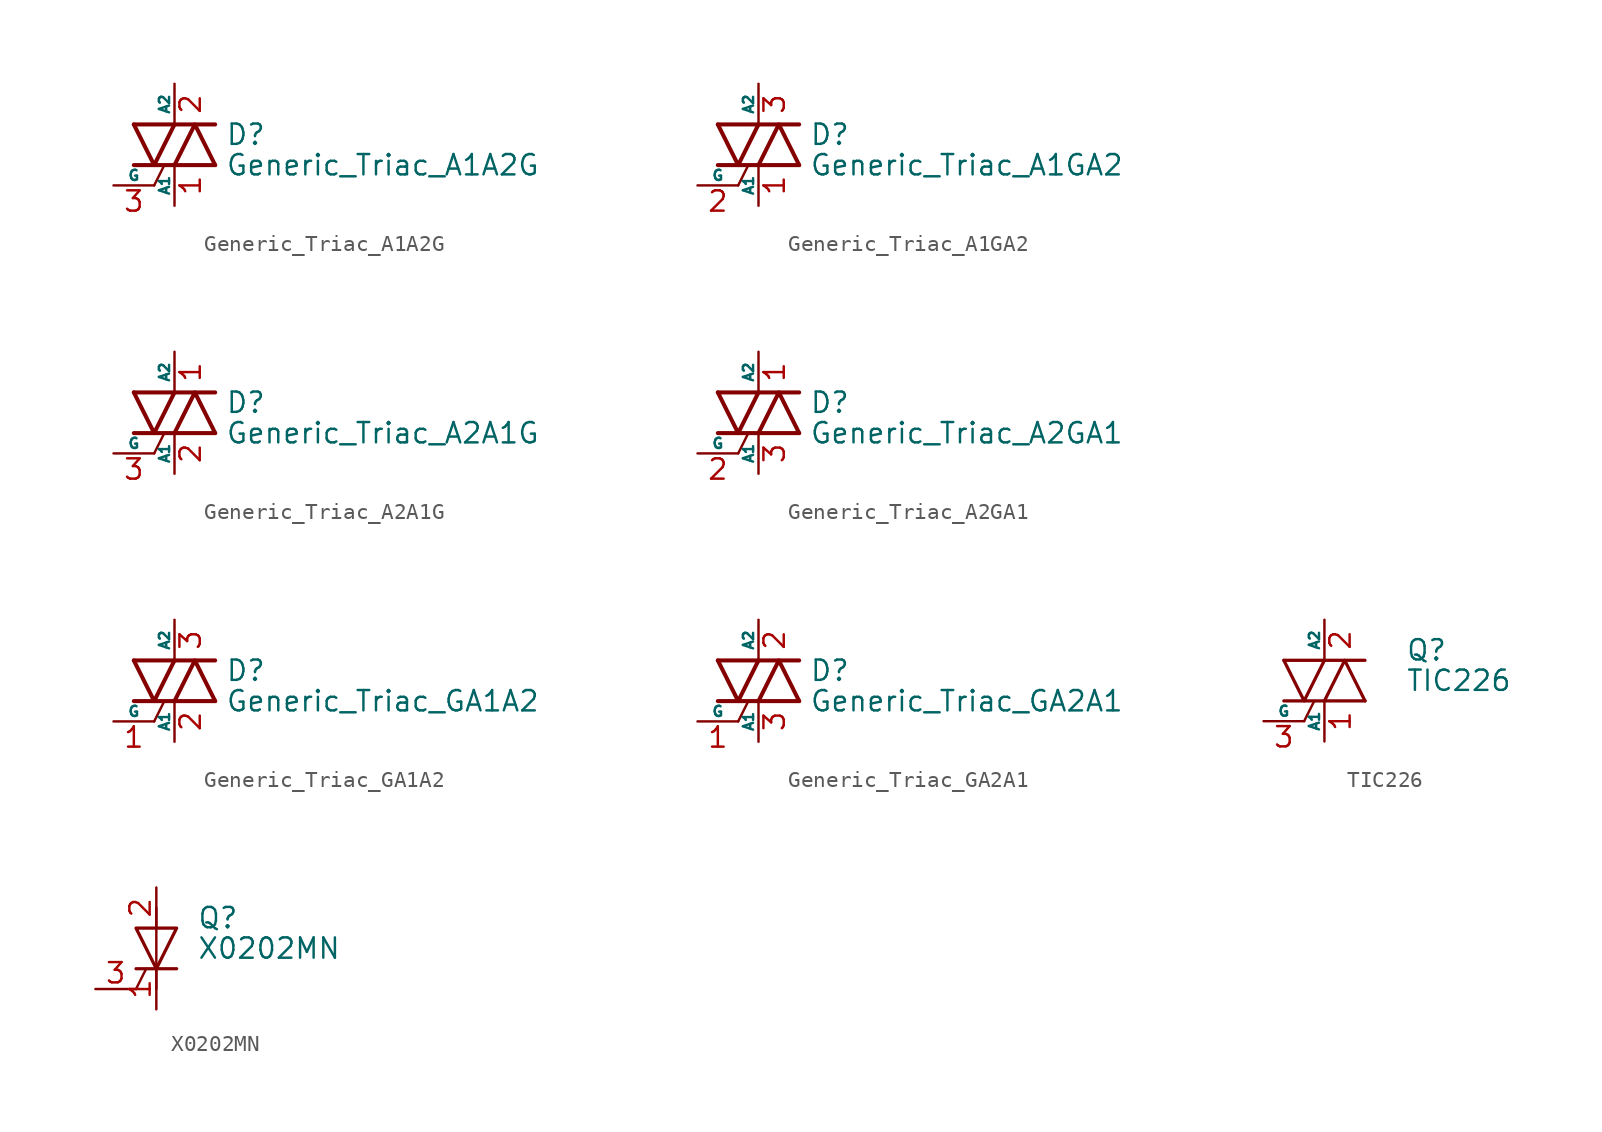
<source format=kicad_sym>
(kicad_symbol_lib
  (version 20241209)
  (generator "kicad_symbol_editor")
  (generator_version "9.0")
  (symbol "Generic_Triac_A1A2G"
    (pin_names
      (offset 0))
    (property "Reference" "D"
      (at 3.175 0.635 0)
      (effects (font (size 1.27 1.27)) (justify left)))
    (property "Value" "Generic_Triac_A1A2G"
      (at 3.175 -1.27 0)
      (effects (font (size 1.27 1.27)) (justify left)))
    (symbol "Generic_Triac_A1A2G_0_1"
      (polyline (pts (xy -2.54 1.27) (xy 2.54 1.27)) (stroke (width 0.254) (type default)) (fill (type none)))
      (polyline (pts (xy -2.54 1.27) (xy -1.27 -1.27) (xy 0 1.27)) (stroke (width 0.254) (type default)) (fill (type none)))
      (polyline (pts (xy -2.54 -1.27) (xy 2.54 -1.27)) (stroke (width 0.254) (type default)) (fill (type none)))
      (polyline (pts (xy -1.27 -2.54) (xy -0.635 -1.27)) (stroke (width 0) (type default)) (fill (type none)))
      (polyline (pts (xy 0 -1.27) (xy 1.27 1.27) (xy 2.54 -1.27)) (stroke (width 0.254) (type default)) (fill (type none))))
    (symbol "Generic_Triac_A1A2G_1_1"
      (pin input line (at -3.81 -2.54 0) (length 2.54) (name "G" (effects (font (size 0.635 0.635)))) (number "3" (effects (font (size 1.27 1.27)))))
      (pin passive line (at 0 3.81 270) (length 2.54) (name "A2" (effects (font (size 0.635 0.635)))) (number "2" (effects (font (size 1.27 1.27)))))
      (pin passive line (at 0 -3.81 90) (length 2.54) (name "A1" (effects (font (size 0.635 0.635)))) (number "1" (effects (font (size 1.27 1.27)))))))
  (symbol "Generic_Triac_A1GA2"
    (pin_names
      (offset 0))
    (property "Reference" "D"
      (at 3.175 0.635 0)
      (effects (font (size 1.27 1.27)) (justify left)))
    (property "Value" "Generic_Triac_A1GA2"
      (at 3.175 -1.27 0)
      (effects (font (size 1.27 1.27)) (justify left)))
    (symbol "Generic_Triac_A1GA2_0_1"
      (polyline (pts (xy -2.54 1.27) (xy 2.54 1.27)) (stroke (width 0.254) (type default)) (fill (type none)))
      (polyline (pts (xy -2.54 1.27) (xy -1.27 -1.27) (xy 0 1.27)) (stroke (width 0.254) (type default)) (fill (type none)))
      (polyline (pts (xy -2.54 -1.27) (xy 2.54 -1.27)) (stroke (width 0.254) (type default)) (fill (type none)))
      (polyline (pts (xy -1.27 -2.54) (xy -0.635 -1.27)) (stroke (width 0) (type default)) (fill (type none)))
      (polyline (pts (xy 0 -1.27) (xy 1.27 1.27) (xy 2.54 -1.27)) (stroke (width 0.254) (type default)) (fill (type none))))
    (symbol "Generic_Triac_A1GA2_1_1"
      (pin input line (at -3.81 -2.54 0) (length 2.54) (name "G" (effects (font (size 0.635 0.635)))) (number "2" (effects (font (size 1.27 1.27)))))
      (pin passive line (at 0 3.81 270) (length 2.54) (name "A2" (effects (font (size 0.635 0.635)))) (number "3" (effects (font (size 1.27 1.27)))))
      (pin passive line (at 0 -3.81 90) (length 2.54) (name "A1" (effects (font (size 0.635 0.635)))) (number "1" (effects (font (size 1.27 1.27)))))))
  (symbol "Generic_Triac_A2A1G"
    (pin_names
      (offset 0))
    (property "Reference" "D"
      (at 3.175 0.635 0)
      (effects (font (size 1.27 1.27)) (justify left)))
    (property "Value" "Generic_Triac_A2A1G"
      (at 3.175 -1.27 0)
      (effects (font (size 1.27 1.27)) (justify left)))
    (symbol "Generic_Triac_A2A1G_0_1"
      (polyline (pts (xy -2.54 1.27) (xy 2.54 1.27)) (stroke (width 0.254) (type default)) (fill (type none)))
      (polyline (pts (xy -2.54 1.27) (xy -1.27 -1.27) (xy 0 1.27)) (stroke (width 0.254) (type default)) (fill (type none)))
      (polyline (pts (xy -2.54 -1.27) (xy 2.54 -1.27)) (stroke (width 0.254) (type default)) (fill (type none)))
      (polyline (pts (xy -1.27 -2.54) (xy -0.635 -1.27)) (stroke (width 0) (type default)) (fill (type none)))
      (polyline (pts (xy 0 -1.27) (xy 1.27 1.27) (xy 2.54 -1.27)) (stroke (width 0.254) (type default)) (fill (type none))))
    (symbol "Generic_Triac_A2A1G_1_1"
      (pin input line (at -3.81 -2.54 0) (length 2.54) (name "G" (effects (font (size 0.635 0.635)))) (number "3" (effects (font (size 1.27 1.27)))))
      (pin passive line (at 0 3.81 270) (length 2.54) (name "A2" (effects (font (size 0.635 0.635)))) (number "1" (effects (font (size 1.27 1.27)))))
      (pin passive line (at 0 -3.81 90) (length 2.54) (name "A1" (effects (font (size 0.635 0.635)))) (number "2" (effects (font (size 1.27 1.27)))))))
  (symbol "Generic_Triac_A2GA1"
    (pin_names
      (offset 0))
    (property "Reference" "D"
      (at 3.175 0.635 0)
      (effects (font (size 1.27 1.27)) (justify left)))
    (property "Value" "Generic_Triac_A2GA1"
      (at 3.175 -1.27 0)
      (effects (font (size 1.27 1.27)) (justify left)))
    (symbol "Generic_Triac_A2GA1_0_1"
      (polyline (pts (xy -2.54 1.27) (xy 2.54 1.27)) (stroke (width 0.254) (type default)) (fill (type none)))
      (polyline (pts (xy -2.54 1.27) (xy -1.27 -1.27) (xy 0 1.27)) (stroke (width 0.254) (type default)) (fill (type none)))
      (polyline (pts (xy -2.54 -1.27) (xy 2.54 -1.27)) (stroke (width 0.254) (type default)) (fill (type none)))
      (polyline (pts (xy -1.27 -2.54) (xy -0.635 -1.27)) (stroke (width 0) (type default)) (fill (type none)))
      (polyline (pts (xy 0 -1.27) (xy 1.27 1.27) (xy 2.54 -1.27)) (stroke (width 0.254) (type default)) (fill (type none))))
    (symbol "Generic_Triac_A2GA1_1_1"
      (pin input line (at -3.81 -2.54 0) (length 2.54) (name "G" (effects (font (size 0.635 0.635)))) (number "2" (effects (font (size 1.27 1.27)))))
      (pin passive line (at 0 3.81 270) (length 2.54) (name "A2" (effects (font (size 0.635 0.635)))) (number "1" (effects (font (size 1.27 1.27)))))
      (pin passive line (at 0 -3.81 90) (length 2.54) (name "A1" (effects (font (size 0.635 0.635)))) (number "3" (effects (font (size 1.27 1.27)))))))
  (symbol "Generic_Triac_GA1A2"
    (pin_names
      (offset 0))
    (property "Reference" "D"
      (at 3.175 0.635 0)
      (effects (font (size 1.27 1.27)) (justify left)))
    (property "Value" "Generic_Triac_GA1A2"
      (at 3.175 -1.27 0)
      (effects (font (size 1.27 1.27)) (justify left)))
    (symbol "Generic_Triac_GA1A2_0_1"
      (polyline (pts (xy -2.54 1.27) (xy 2.54 1.27)) (stroke (width 0.254) (type default)) (fill (type none)))
      (polyline (pts (xy -2.54 1.27) (xy -1.27 -1.27) (xy 0 1.27)) (stroke (width 0.254) (type default)) (fill (type none)))
      (polyline (pts (xy -2.54 -1.27) (xy 2.54 -1.27)) (stroke (width 0.254) (type default)) (fill (type none)))
      (polyline (pts (xy -1.27 -2.54) (xy -0.635 -1.27)) (stroke (width 0) (type default)) (fill (type none)))
      (polyline (pts (xy 0 -1.27) (xy 1.27 1.27) (xy 2.54 -1.27)) (stroke (width 0.254) (type default)) (fill (type none))))
    (symbol "Generic_Triac_GA1A2_1_1"
      (pin input line (at -3.81 -2.54 0) (length 2.54) (name "G" (effects (font (size 0.635 0.635)))) (number "1" (effects (font (size 1.27 1.27)))))
      (pin passive line (at 0 3.81 270) (length 2.54) (name "A2" (effects (font (size 0.635 0.635)))) (number "3" (effects (font (size 1.27 1.27)))))
      (pin passive line (at 0 -3.81 90) (length 2.54) (name "A1" (effects (font (size 0.635 0.635)))) (number "2" (effects (font (size 1.27 1.27)))))))
  (symbol "Generic_Triac_GA2A1"
    (pin_names
      (offset 0))
    (property "Reference" "D"
      (at 3.175 0.635 0)
      (effects (font (size 1.27 1.27)) (justify left)))
    (property "Value" "Generic_Triac_GA2A1"
      (at 3.175 -1.27 0)
      (effects (font (size 1.27 1.27)) (justify left)))
    (symbol "Generic_Triac_GA2A1_0_1"
      (polyline (pts (xy -2.54 1.27) (xy 2.54 1.27)) (stroke (width 0.254) (type default)) (fill (type none)))
      (polyline (pts (xy -2.54 1.27) (xy -1.27 -1.27) (xy 0 1.27)) (stroke (width 0.254) (type default)) (fill (type none)))
      (polyline (pts (xy -2.54 -1.27) (xy 2.54 -1.27)) (stroke (width 0.254) (type default)) (fill (type none)))
      (polyline (pts (xy -1.27 -2.54) (xy -0.635 -1.27)) (stroke (width 0) (type default)) (fill (type none)))
      (polyline (pts (xy 0 -1.27) (xy 1.27 1.27) (xy 2.54 -1.27)) (stroke (width 0.254) (type default)) (fill (type none))))
    (symbol "Generic_Triac_GA2A1_1_1"
      (pin input line (at -3.81 -2.54 0) (length 2.54) (name "G" (effects (font (size 0.635 0.635)))) (number "1" (effects (font (size 1.27 1.27)))))
      (pin passive line (at 0 3.81 270) (length 2.54) (name "A2" (effects (font (size 0.635 0.635)))) (number "2" (effects (font (size 1.27 1.27)))))
      (pin passive line (at 0 -3.81 90) (length 2.54) (name "A1" (effects (font (size 0.635 0.635)))) (number "3" (effects (font (size 1.27 1.27)))))))
  (symbol "TIC226"
    (pin_names
      (offset 0))
    (property "Reference" "Q"
      (at 5.08 1.905 0)
      (effects (font (size 1.27 1.27)) (justify left)))
    (property "Value" "TIC226"
      (at 5.08 0 0)
      (effects (font (size 1.27 1.27)) (justify left)))
    (symbol "TIC226_0_1"
      (polyline (pts (xy -2.54 1.27) (xy 2.54 1.27)) (stroke (width 0.203) (type default)) (fill (type none)))
      (polyline (pts (xy -2.54 1.27) (xy -1.27 -1.27) (xy 0 1.27)) (stroke (width 0.203) (type default)) (fill (type none)))
      (polyline (pts (xy -2.54 -1.27) (xy 2.54 -1.27)) (stroke (width 0.203) (type default)) (fill (type none)))
      (polyline (pts (xy -1.27 -2.54) (xy -0.635 -1.27)) (stroke (width 0) (type default)) (fill (type none)))
      (polyline (pts (xy 0 -1.27) (xy 1.27 1.27) (xy 2.54 -1.27)) (stroke (width 0.203) (type default)) (fill (type none))))
    (symbol "TIC226_1_1"
      (pin input line (at -3.81 -2.54 0) (length 2.54) (name "G" (effects (font (size 0.635 0.635)))) (number "3" (effects (font (size 1.27 1.27)))))
      (pin passive line (at 0 3.81 270) (length 2.54) (name "A2" (effects (font (size 0.635 0.635)))) (number "2" (effects (font (size 1.27 1.27)))))
      (pin passive line (at 0 -3.81 90) (length 2.54) (name "A1" (effects (font (size 0.635 0.635)))) (number "1" (effects (font (size 1.27 1.27)))))))
  (symbol "X0202MN"
    (pin_names
      (offset 0)
      (hide yes))
    (property "Reference" "Q"
      (at 2.54 1.905 0)
      (effects (font (size 1.27 1.27)) (justify left)))
    (property "Value" "X0202MN"
      (at 2.54 0 0)
      (effects (font (size 1.27 1.27)) (justify left)))
    (symbol "X0202MN_0_1"
      (polyline (pts (xy -1.27 1.27) (xy 1.27 1.27) (xy 0 -1.27) (xy -1.27 1.27)) (stroke (width 0.203) (type default)) (fill (type none)))
      (polyline (pts (xy -1.27 -1.27) (xy 1.27 -1.27)) (stroke (width 0.203) (type default)) (fill (type none)))
      (polyline (pts (xy -1.27 -2.54) (xy -0.635 -1.27)) (stroke (width 0) (type default)) (fill (type none)))
      (polyline (pts (xy 0 -2.54) (xy 0 2.54)) (stroke (width 0) (type default)) (fill (type none))))
    (symbol "X0202MN_1_1"
      (pin input line (at -3.81 -2.54 0) (length 2.54) (name "G" (effects (font (size 1.27 1.27)))) (number "3" (effects (font (size 1.27 1.27)))))
      (pin passive line (at 0 3.81 270) (length 2.54) (name "A" (effects (font (size 1.27 1.27)))) (number "2" (effects (font (size 1.27 1.27)))))
      (pin passive line (at 0 3.81 270) (length 2.54) (hide yes) (name "A" (effects (font (size 1.27 1.27)))) (number "4" (effects (font (size 1.27 1.27)))))
      (pin passive line (at 0 -3.81 90) (length 2.54) (name "K" (effects (font (size 1.27 1.27)))) (number "1" (effects (font (size 1.27 1.27))))))))
</source>
